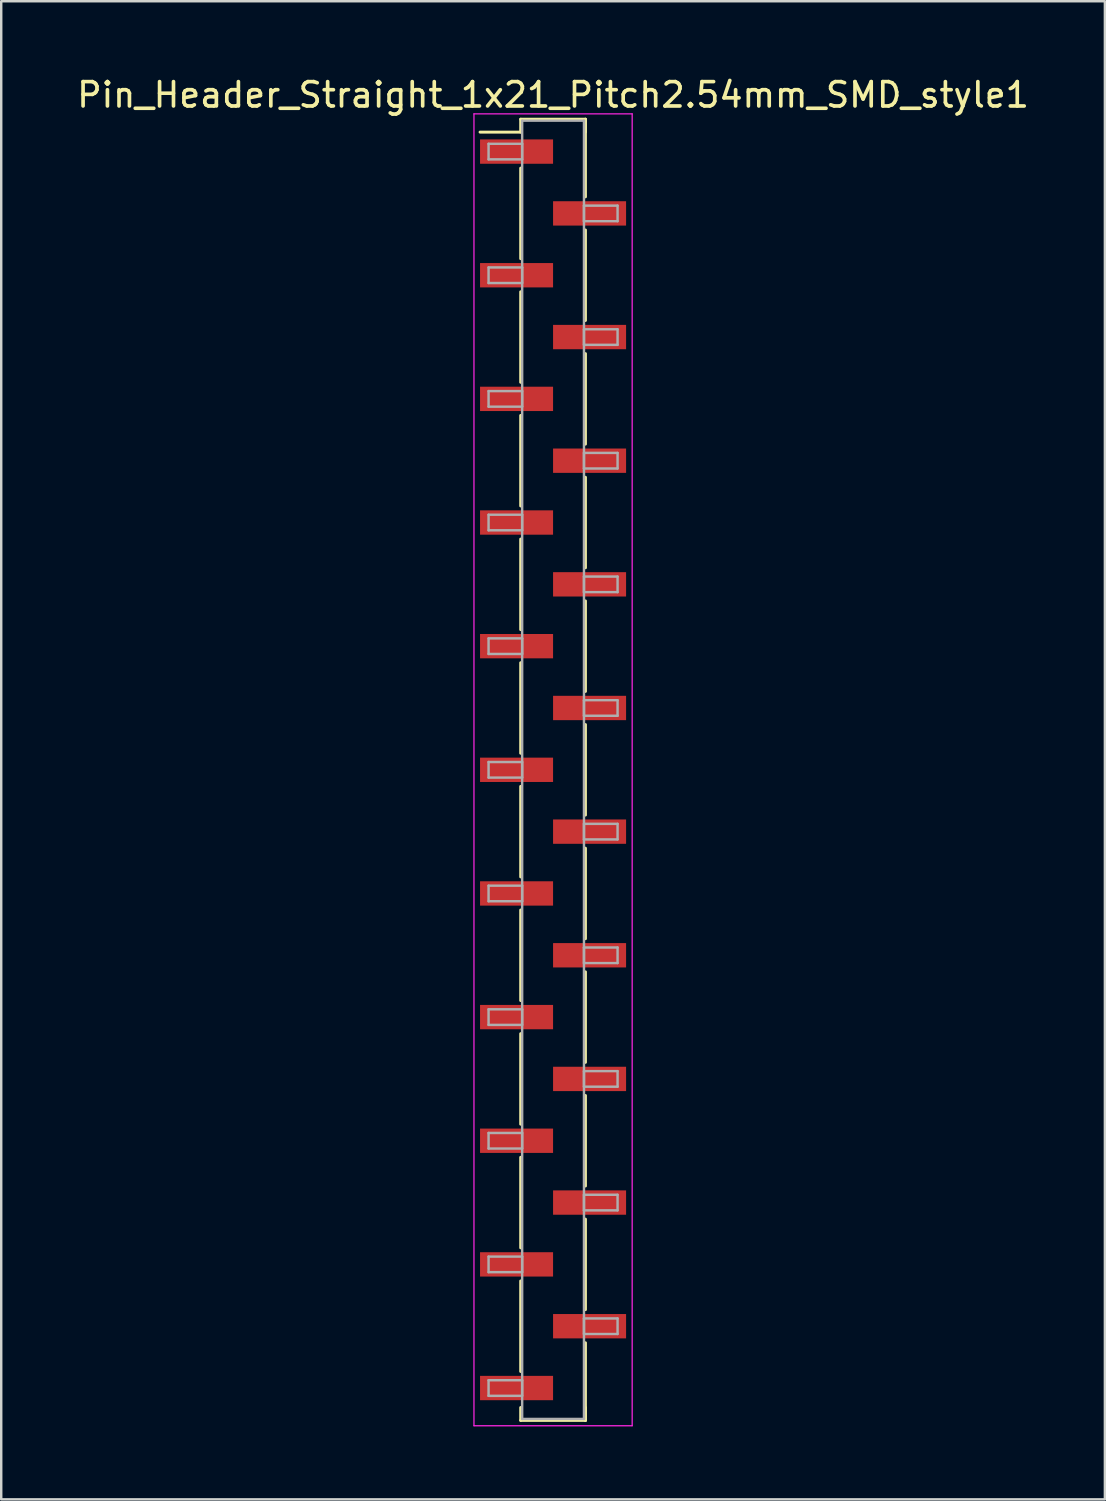
<source format=kicad_pcb>
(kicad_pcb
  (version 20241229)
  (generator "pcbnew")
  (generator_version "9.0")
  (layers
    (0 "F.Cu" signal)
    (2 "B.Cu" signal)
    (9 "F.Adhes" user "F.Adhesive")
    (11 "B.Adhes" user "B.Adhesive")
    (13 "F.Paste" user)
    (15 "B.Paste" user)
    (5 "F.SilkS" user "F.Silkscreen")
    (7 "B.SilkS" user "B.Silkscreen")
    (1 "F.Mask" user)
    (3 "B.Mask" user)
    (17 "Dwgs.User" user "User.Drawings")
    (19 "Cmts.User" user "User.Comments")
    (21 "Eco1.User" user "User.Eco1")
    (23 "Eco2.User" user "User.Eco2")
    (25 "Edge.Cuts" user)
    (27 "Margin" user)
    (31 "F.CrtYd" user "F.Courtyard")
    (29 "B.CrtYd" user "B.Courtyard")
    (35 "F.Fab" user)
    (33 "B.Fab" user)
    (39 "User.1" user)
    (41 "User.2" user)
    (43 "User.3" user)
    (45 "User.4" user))
  (footprint "Pin_Header_Straight_1x21_Pitch2.54mm_SMD_style1"
    (layer "F.Cu")
    (at 19.673 28.578)
    (property "Reference" "Pin_Header_Straight_1x21_Pitch2.54mm_SMD_style1" (at 0 -27.73 0) (layer "F.SilkS") (effects (font (size 1 1) (thickness 0.15))))
    (attr smd)
    (fp_line (start -1.33 -26.73) (end 1.33 -26.73) (stroke (width 0.12) (type solid)) (layer "F.SilkS"))
    (fp_line (start -1.33 -26.2) (end -3 -26.2) (stroke (width 0.12) (type solid)) (layer "F.SilkS"))
    (fp_line (start -1.33 -26.2) (end -1.33 -26.73) (stroke (width 0.12) (type solid)) (layer "F.SilkS"))
    (fp_line (start -1.33 -24.72) (end -1.33 -21) (stroke (width 0.12) (type solid)) (layer "F.SilkS"))
    (fp_line (start -1.33 -19.64) (end -1.33 -15.92) (stroke (width 0.12) (type solid)) (layer "F.SilkS"))
    (fp_line (start -1.33 -14.56) (end -1.33 -10.84) (stroke (width 0.12) (type solid)) (layer "F.SilkS"))
    (fp_line (start -1.33 -9.48) (end -1.33 -5.76) (stroke (width 0.12) (type solid)) (layer "F.SilkS"))
    (fp_line (start -1.33 -4.4) (end -1.33 -0.68) (stroke (width 0.12) (type solid)) (layer "F.SilkS"))
    (fp_line (start -1.33 0.68) (end -1.33 4.4) (stroke (width 0.12) (type solid)) (layer "F.SilkS"))
    (fp_line (start -1.33 5.76) (end -1.33 9.48) (stroke (width 0.12) (type solid)) (layer "F.SilkS"))
    (fp_line (start -1.33 10.84) (end -1.33 14.56) (stroke (width 0.12) (type solid)) (layer "F.SilkS"))
    (fp_line (start -1.33 15.92) (end -1.33 19.64) (stroke (width 0.12) (type solid)) (layer "F.SilkS"))
    (fp_line (start -1.33 21) (end -1.33 24.72) (stroke (width 0.12) (type solid)) (layer "F.SilkS"))
    (fp_line (start -1.33 26.2) (end -1.33 26.73) (stroke (width 0.12) (type solid)) (layer "F.SilkS"))
    (fp_line (start -1.33 26.73) (end 1.33 26.73) (stroke (width 0.12) (type solid)) (layer "F.SilkS"))
    (fp_line (start 1.33 -26.73) (end 1.33 -26.2) (stroke (width 0.12) (type solid)) (layer "F.SilkS"))
    (fp_line (start 1.33 -26.73) (end 1.33 -23.54) (stroke (width 0.12) (type solid)) (layer "F.SilkS"))
    (fp_line (start 1.33 -22.18) (end 1.33 -18.46) (stroke (width 0.12) (type solid)) (layer "F.SilkS"))
    (fp_line (start 1.33 -17.1) (end 1.33 -13.38) (stroke (width 0.12) (type solid)) (layer "F.SilkS"))
    (fp_line (start 1.33 -12.02) (end 1.33 -8.3) (stroke (width 0.12) (type solid)) (layer "F.SilkS"))
    (fp_line (start 1.33 -6.94) (end 1.33 -3.22) (stroke (width 0.12) (type solid)) (layer "F.SilkS"))
    (fp_line (start 1.33 -1.86) (end 1.33 1.86) (stroke (width 0.12) (type solid)) (layer "F.SilkS"))
    (fp_line (start 1.33 3.22) (end 1.33 6.94) (stroke (width 0.12) (type solid)) (layer "F.SilkS"))
    (fp_line (start 1.33 8.3) (end 1.33 12.02) (stroke (width 0.12) (type solid)) (layer "F.SilkS"))
    (fp_line (start 1.33 13.38) (end 1.33 17.1) (stroke (width 0.12) (type solid)) (layer "F.SilkS"))
    (fp_line (start 1.33 18.46) (end 1.33 22.18) (stroke (width 0.12) (type solid)) (layer "F.SilkS"))
    (fp_line (start 1.33 23.54) (end 1.33 26.73) (stroke (width 0.12) (type solid)) (layer "F.SilkS"))
    (fp_line (start 1.33 26.73) (end 1.33 26.2) (stroke (width 0.12) (type solid)) (layer "F.SilkS"))
    (fp_line (start -3.25 -26.95) (end -3.25 26.95) (stroke (width 0.05) (type solid)) (layer "F.CrtYd"))
    (fp_line (start -3.25 26.95) (end 3.25 26.95) (stroke (width 0.05) (type solid)) (layer "F.CrtYd"))
    (fp_line (start 3.25 -26.95) (end -3.25 -26.95) (stroke (width 0.05) (type solid)) (layer "F.CrtYd"))
    (fp_line (start 3.25 26.95) (end 3.25 -26.95) (stroke (width 0.05) (type solid)) (layer "F.CrtYd"))
    (fp_line (start -2.65 -25.72) (end -1.27 -25.72) (stroke (width 0.1) (type solid)) (layer "F.Fab"))
    (fp_line (start -2.65 -25.08) (end -2.65 -25.72) (stroke (width 0.1) (type solid)) (layer "F.Fab"))
    (fp_line (start -2.65 -20.64) (end -1.27 -20.64) (stroke (width 0.1) (type solid)) (layer "F.Fab"))
    (fp_line (start -2.65 -20) (end -2.65 -20.64) (stroke (width 0.1) (type solid)) (layer "F.Fab"))
    (fp_line (start -2.65 -15.56) (end -1.27 -15.56) (stroke (width 0.1) (type solid)) (layer "F.Fab"))
    (fp_line (start -2.65 -14.92) (end -2.65 -15.56) (stroke (width 0.1) (type solid)) (layer "F.Fab"))
    (fp_line (start -2.65 -10.48) (end -1.27 -10.48) (stroke (width 0.1) (type solid)) (layer "F.Fab"))
    (fp_line (start -2.65 -9.84) (end -2.65 -10.48) (stroke (width 0.1) (type solid)) (layer "F.Fab"))
    (fp_line (start -2.65 -5.4) (end -1.27 -5.4) (stroke (width 0.1) (type solid)) (layer "F.Fab"))
    (fp_line (start -2.65 -4.76) (end -2.65 -5.4) (stroke (width 0.1) (type solid)) (layer "F.Fab"))
    (fp_line (start -2.65 -0.32) (end -1.27 -0.32) (stroke (width 0.1) (type solid)) (layer "F.Fab"))
    (fp_line (start -2.65 0.32) (end -2.65 -0.32) (stroke (width 0.1) (type solid)) (layer "F.Fab"))
    (fp_line (start -2.65 4.76) (end -1.27 4.76) (stroke (width 0.1) (type solid)) (layer "F.Fab"))
    (fp_line (start -2.65 5.4) (end -2.65 4.76) (stroke (width 0.1) (type solid)) (layer "F.Fab"))
    (fp_line (start -2.65 9.84) (end -1.27 9.84) (stroke (width 0.1) (type solid)) (layer "F.Fab"))
    (fp_line (start -2.65 10.48) (end -2.65 9.84) (stroke (width 0.1) (type solid)) (layer "F.Fab"))
    (fp_line (start -2.65 14.92) (end -1.27 14.92) (stroke (width 0.1) (type solid)) (layer "F.Fab"))
    (fp_line (start -2.65 15.56) (end -2.65 14.92) (stroke (width 0.1) (type solid)) (layer "F.Fab"))
    (fp_line (start -2.65 20) (end -1.27 20) (stroke (width 0.1) (type solid)) (layer "F.Fab"))
    (fp_line (start -2.65 20.64) (end -2.65 20) (stroke (width 0.1) (type solid)) (layer "F.Fab"))
    (fp_line (start -2.65 25.08) (end -1.27 25.08) (stroke (width 0.1) (type solid)) (layer "F.Fab"))
    (fp_line (start -2.65 25.72) (end -2.65 25.08) (stroke (width 0.1) (type solid)) (layer "F.Fab"))
    (fp_line (start -1.27 -26.67) (end -1.27 26.67) (stroke (width 0.1) (type solid)) (layer "F.Fab"))
    (fp_line (start -1.27 -25.72) (end -1.27 -25.08) (stroke (width 0.1) (type solid)) (layer "F.Fab"))
    (fp_line (start -1.27 -25.08) (end -2.65 -25.08) (stroke (width 0.1) (type solid)) (layer "F.Fab"))
    (fp_line (start -1.27 -20.64) (end -1.27 -20) (stroke (width 0.1) (type solid)) (layer "F.Fab"))
    (fp_line (start -1.27 -20) (end -2.65 -20) (stroke (width 0.1) (type solid)) (layer "F.Fab"))
    (fp_line (start -1.27 -15.56) (end -1.27 -14.92) (stroke (width 0.1) (type solid)) (layer "F.Fab"))
    (fp_line (start -1.27 -14.92) (end -2.65 -14.92) (stroke (width 0.1) (type solid)) (layer "F.Fab"))
    (fp_line (start -1.27 -10.48) (end -1.27 -9.84) (stroke (width 0.1) (type solid)) (layer "F.Fab"))
    (fp_line (start -1.27 -9.84) (end -2.65 -9.84) (stroke (width 0.1) (type solid)) (layer "F.Fab"))
    (fp_line (start -1.27 -5.4) (end -1.27 -4.76) (stroke (width 0.1) (type solid)) (layer "F.Fab"))
    (fp_line (start -1.27 -4.76) (end -2.65 -4.76) (stroke (width 0.1) (type solid)) (layer "F.Fab"))
    (fp_line (start -1.27 -0.32) (end -1.27 0.32) (stroke (width 0.1) (type solid)) (layer "F.Fab"))
    (fp_line (start -1.27 0.32) (end -2.65 0.32) (stroke (width 0.1) (type solid)) (layer "F.Fab"))
    (fp_line (start -1.27 4.76) (end -1.27 5.4) (stroke (width 0.1) (type solid)) (layer "F.Fab"))
    (fp_line (start -1.27 5.4) (end -2.65 5.4) (stroke (width 0.1) (type solid)) (layer "F.Fab"))
    (fp_line (start -1.27 9.84) (end -1.27 10.48) (stroke (width 0.1) (type solid)) (layer "F.Fab"))
    (fp_line (start -1.27 10.48) (end -2.65 10.48) (stroke (width 0.1) (type solid)) (layer "F.Fab"))
    (fp_line (start -1.27 14.92) (end -1.27 15.56) (stroke (width 0.1) (type solid)) (layer "F.Fab"))
    (fp_line (start -1.27 15.56) (end -2.65 15.56) (stroke (width 0.1) (type solid)) (layer "F.Fab"))
    (fp_line (start -1.27 20) (end -1.27 20.64) (stroke (width 0.1) (type solid)) (layer "F.Fab"))
    (fp_line (start -1.27 20.64) (end -2.65 20.64) (stroke (width 0.1) (type solid)) (layer "F.Fab"))
    (fp_line (start -1.27 25.08) (end -1.27 25.72) (stroke (width 0.1) (type solid)) (layer "F.Fab"))
    (fp_line (start -1.27 25.72) (end -2.65 25.72) (stroke (width 0.1) (type solid)) (layer "F.Fab"))
    (fp_line (start -1.27 26.67) (end 1.27 26.67) (stroke (width 0.1) (type solid)) (layer "F.Fab"))
    (fp_line (start 1.27 -26.67) (end -1.27 -26.67) (stroke (width 0.1) (type solid)) (layer "F.Fab"))
    (fp_line (start 1.27 -23.18) (end 1.27 -22.54) (stroke (width 0.1) (type solid)) (layer "F.Fab"))
    (fp_line (start 1.27 -22.54) (end 2.65 -22.54) (stroke (width 0.1) (type solid)) (layer "F.Fab"))
    (fp_line (start 1.27 -18.1) (end 1.27 -17.46) (stroke (width 0.1) (type solid)) (layer "F.Fab"))
    (fp_line (start 1.27 -17.46) (end 2.65 -17.46) (stroke (width 0.1) (type solid)) (layer "F.Fab"))
    (fp_line (start 1.27 -13.02) (end 1.27 -12.38) (stroke (width 0.1) (type solid)) (layer "F.Fab"))
    (fp_line (start 1.27 -12.38) (end 2.65 -12.38) (stroke (width 0.1) (type solid)) (layer "F.Fab"))
    (fp_line (start 1.27 -7.94) (end 1.27 -7.3) (stroke (width 0.1) (type solid)) (layer "F.Fab"))
    (fp_line (start 1.27 -7.3) (end 2.65 -7.3) (stroke (width 0.1) (type solid)) (layer "F.Fab"))
    (fp_line (start 1.27 -2.86) (end 1.27 -2.22) (stroke (width 0.1) (type solid)) (layer "F.Fab"))
    (fp_line (start 1.27 -2.22) (end 2.65 -2.22) (stroke (width 0.1) (type solid)) (layer "F.Fab"))
    (fp_line (start 1.27 2.22) (end 1.27 2.86) (stroke (width 0.1) (type solid)) (layer "F.Fab"))
    (fp_line (start 1.27 2.86) (end 2.65 2.86) (stroke (width 0.1) (type solid)) (layer "F.Fab"))
    (fp_line (start 1.27 7.3) (end 1.27 7.94) (stroke (width 0.1) (type solid)) (layer "F.Fab"))
    (fp_line (start 1.27 7.94) (end 2.65 7.94) (stroke (width 0.1) (type solid)) (layer "F.Fab"))
    (fp_line (start 1.27 12.38) (end 1.27 13.02) (stroke (width 0.1) (type solid)) (layer "F.Fab"))
    (fp_line (start 1.27 13.02) (end 2.65 13.02) (stroke (width 0.1) (type solid)) (layer "F.Fab"))
    (fp_line (start 1.27 17.46) (end 1.27 18.1) (stroke (width 0.1) (type solid)) (layer "F.Fab"))
    (fp_line (start 1.27 18.1) (end 2.65 18.1) (stroke (width 0.1) (type solid)) (layer "F.Fab"))
    (fp_line (start 1.27 22.54) (end 1.27 23.18) (stroke (width 0.1) (type solid)) (layer "F.Fab"))
    (fp_line (start 1.27 23.18) (end 2.65 23.18) (stroke (width 0.1) (type solid)) (layer "F.Fab"))
    (fp_line (start 1.27 26.67) (end 1.27 -26.67) (stroke (width 0.1) (type solid)) (layer "F.Fab"))
    (fp_line (start 2.65 -23.18) (end 1.27 -23.18) (stroke (width 0.1) (type solid)) (layer "F.Fab"))
    (fp_line (start 2.65 -22.54) (end 2.65 -23.18) (stroke (width 0.1) (type solid)) (layer "F.Fab"))
    (fp_line (start 2.65 -18.1) (end 1.27 -18.1) (stroke (width 0.1) (type solid)) (layer "F.Fab"))
    (fp_line (start 2.65 -17.46) (end 2.65 -18.1) (stroke (width 0.1) (type solid)) (layer "F.Fab"))
    (fp_line (start 2.65 -13.02) (end 1.27 -13.02) (stroke (width 0.1) (type solid)) (layer "F.Fab"))
    (fp_line (start 2.65 -12.38) (end 2.65 -13.02) (stroke (width 0.1) (type solid)) (layer "F.Fab"))
    (fp_line (start 2.65 -7.94) (end 1.27 -7.94) (stroke (width 0.1) (type solid)) (layer "F.Fab"))
    (fp_line (start 2.65 -7.3) (end 2.65 -7.94) (stroke (width 0.1) (type solid)) (layer "F.Fab"))
    (fp_line (start 2.65 -2.86) (end 1.27 -2.86) (stroke (width 0.1) (type solid)) (layer "F.Fab"))
    (fp_line (start 2.65 -2.22) (end 2.65 -2.86) (stroke (width 0.1) (type solid)) (layer "F.Fab"))
    (fp_line (start 2.65 2.22) (end 1.27 2.22) (stroke (width 0.1) (type solid)) (layer "F.Fab"))
    (fp_line (start 2.65 2.86) (end 2.65 2.22) (stroke (width 0.1) (type solid)) (layer "F.Fab"))
    (fp_line (start 2.65 7.3) (end 1.27 7.3) (stroke (width 0.1) (type solid)) (layer "F.Fab"))
    (fp_line (start 2.65 7.94) (end 2.65 7.3) (stroke (width 0.1) (type solid)) (layer "F.Fab"))
    (fp_line (start 2.65 12.38) (end 1.27 12.38) (stroke (width 0.1) (type solid)) (layer "F.Fab"))
    (fp_line (start 2.65 13.02) (end 2.65 12.38) (stroke (width 0.1) (type solid)) (layer "F.Fab"))
    (fp_line (start 2.65 17.46) (end 1.27 17.46) (stroke (width 0.1) (type solid)) (layer "F.Fab"))
    (fp_line (start 2.65 18.1) (end 2.65 17.46) (stroke (width 0.1) (type solid)) (layer "F.Fab"))
    (fp_line (start 2.65 22.54) (end 1.27 22.54) (stroke (width 0.1) (type solid)) (layer "F.Fab"))
    (fp_line (start 2.65 23.18) (end 2.65 22.54) (stroke (width 0.1) (type solid)) (layer "F.Fab"))
    (pad "1" smd rect (at -1.5 -25.4) (size 3 1) (layers "F.Cu" "F.Mask"))
    (pad "2" smd rect (at 1.5 -22.86) (size 3 1) (layers "F.Cu" "F.Mask"))
    (pad "3" smd rect (at -1.5 -20.32) (size 3 1) (layers "F.Cu" "F.Mask"))
    (pad "4" smd rect (at 1.5 -17.78) (size 3 1) (layers "F.Cu" "F.Mask"))
    (pad "5" smd rect (at -1.5 -15.24) (size 3 1) (layers "F.Cu" "F.Mask"))
    (pad "6" smd rect (at 1.5 -12.7) (size 3 1) (layers "F.Cu" "F.Mask"))
    (pad "7" smd rect (at -1.5 -10.16) (size 3 1) (layers "F.Cu" "F.Mask"))
    (pad "8" smd rect (at 1.5 -7.62) (size 3 1) (layers "F.Cu" "F.Mask"))
    (pad "9" smd rect (at -1.5 -5.08) (size 3 1) (layers "F.Cu" "F.Mask"))
    (pad "10" smd rect (at 1.5 -2.54) (size 3 1) (layers "F.Cu" "F.Mask"))
    (pad "11" smd rect (at -1.5 0) (size 3 1) (layers "F.Cu" "F.Mask"))
    (pad "12" smd rect (at 1.5 2.54) (size 3 1) (layers "F.Cu" "F.Mask"))
    (pad "13" smd rect (at -1.5 5.08) (size 3 1) (layers "F.Cu" "F.Mask"))
    (pad "14" smd rect (at 1.5 7.62) (size 3 1) (layers "F.Cu" "F.Mask"))
    (pad "15" smd rect (at -1.5 10.16) (size 3 1) (layers "F.Cu" "F.Mask"))
    (pad "16" smd rect (at 1.5 12.7) (size 3 1) (layers "F.Cu" "F.Mask"))
    (pad "17" smd rect (at -1.5 15.24) (size 3 1) (layers "F.Cu" "F.Mask"))
    (pad "18" smd rect (at 1.5 17.78) (size 3 1) (layers "F.Cu" "F.Mask"))
    (pad "19" smd rect (at -1.5 20.32) (size 3 1) (layers "F.Cu" "F.Mask"))
    (pad "20" smd rect (at 1.5 22.86) (size 3 1) (layers "F.Cu" "F.Mask"))
    (pad "21" smd rect (at -1.5 25.4) (size 3 1) (layers "F.Cu" "F.Mask")))
  (gr_rect
    (start -3 -3)
    (end 42.345 58.553)
    (stroke (width 0.1) (type default))
    (fill no)
    (layer "Edge.Cuts")))
</source>
